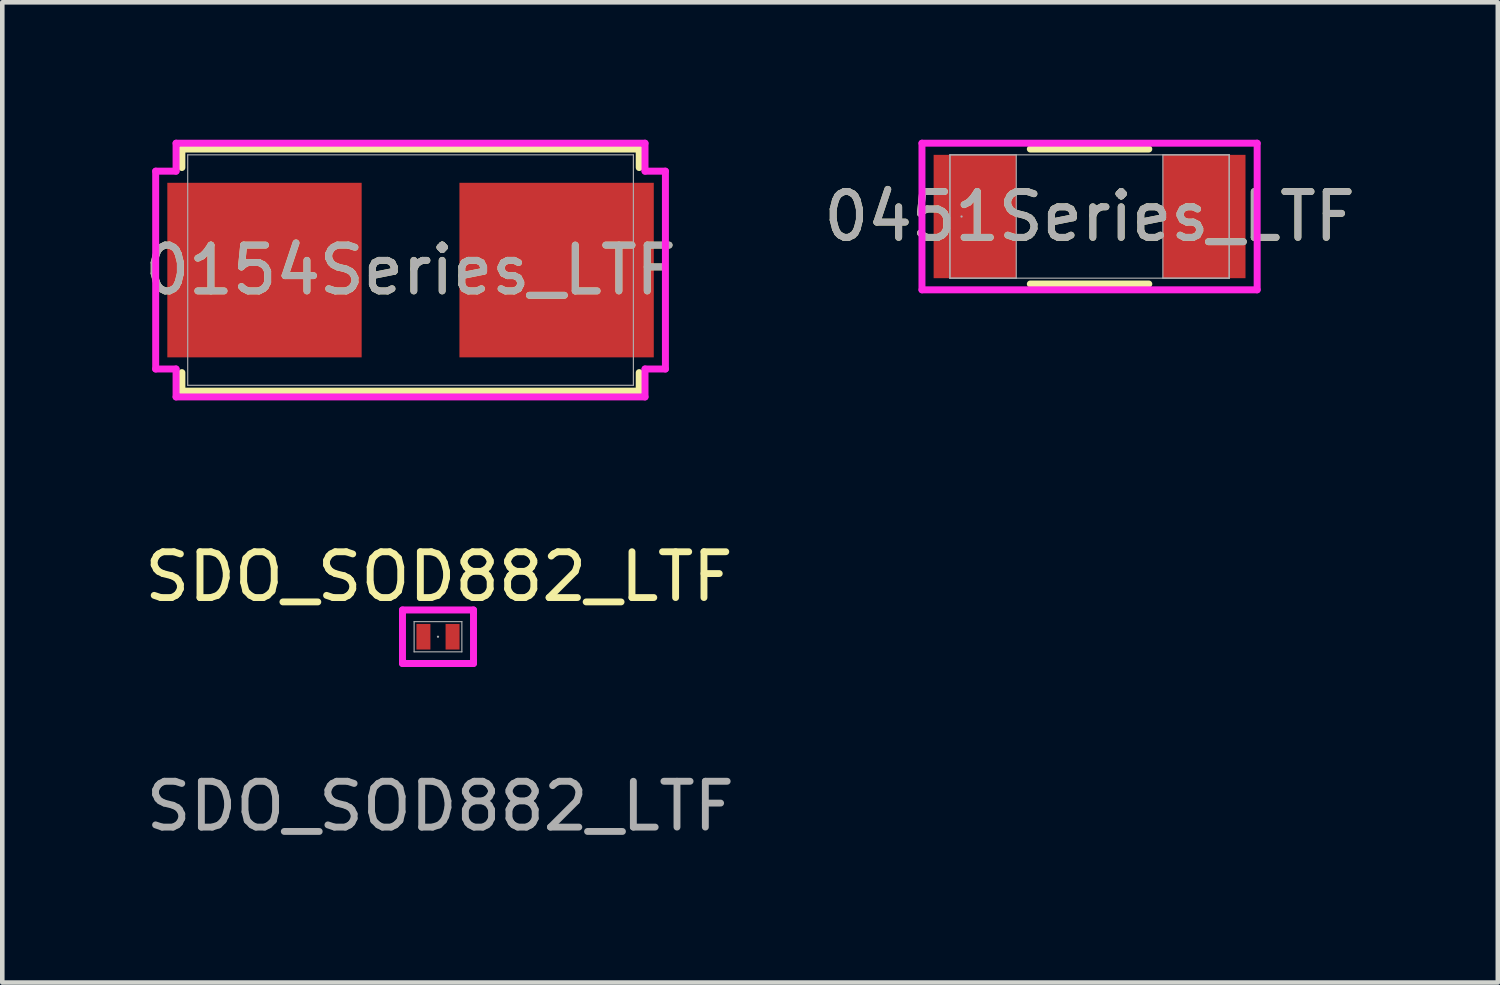
<source format=kicad_pcb>
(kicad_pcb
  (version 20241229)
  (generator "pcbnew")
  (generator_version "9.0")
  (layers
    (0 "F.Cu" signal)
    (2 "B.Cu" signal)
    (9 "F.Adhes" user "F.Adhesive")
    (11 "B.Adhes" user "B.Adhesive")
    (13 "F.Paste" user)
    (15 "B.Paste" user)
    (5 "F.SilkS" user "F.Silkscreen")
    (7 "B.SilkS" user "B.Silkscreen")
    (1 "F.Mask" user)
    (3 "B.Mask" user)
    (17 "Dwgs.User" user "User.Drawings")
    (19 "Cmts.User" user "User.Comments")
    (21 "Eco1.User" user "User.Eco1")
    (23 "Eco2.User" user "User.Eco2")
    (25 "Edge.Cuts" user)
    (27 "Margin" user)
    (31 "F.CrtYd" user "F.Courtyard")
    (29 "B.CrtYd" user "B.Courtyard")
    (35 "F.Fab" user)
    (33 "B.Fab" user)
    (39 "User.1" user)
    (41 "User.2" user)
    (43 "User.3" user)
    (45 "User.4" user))
  (footprint "0154Series_LTF"
    (layer "F.Cu")
    (at 5.911 2.845)
    (property "Reference" "0154Series_LTF" (at 0 0 0) (unlocked yes) (layer "F.SilkS") (effects (font (size 1 1) (thickness 0.15))))
    (attr smd)
    (fp_line (start -4.991 -2.642) (end -4.991 -2.238) (stroke (width 0.152) (type solid)) (layer "F.SilkS"))
    (fp_line (start -4.991 2.238) (end -4.991 2.642) (stroke (width 0.152) (type solid)) (layer "F.SilkS"))
    (fp_line (start -4.991 2.642) (end 4.991 2.642) (stroke (width 0.152) (type solid)) (layer "F.SilkS"))
    (fp_line (start 4.991 -2.642) (end -4.991 -2.642) (stroke (width 0.152) (type solid)) (layer "F.SilkS"))
    (fp_line (start 4.991 -2.238) (end 4.991 -2.642) (stroke (width 0.152) (type solid)) (layer "F.SilkS"))
    (fp_line (start 4.991 2.642) (end 4.991 2.238) (stroke (width 0.152) (type solid)) (layer "F.SilkS"))
    (fp_line (start -5.563 -2.159) (end -5.118 -2.159) (stroke (width 0.152) (type solid)) (layer "F.CrtYd"))
    (fp_line (start -5.563 2.159) (end -5.563 -2.159) (stroke (width 0.152) (type solid)) (layer "F.CrtYd"))
    (fp_line (start -5.118 -2.769) (end 5.118 -2.769) (stroke (width 0.152) (type solid)) (layer "F.CrtYd"))
    (fp_line (start -5.118 -2.159) (end -5.118 -2.769) (stroke (width 0.152) (type solid)) (layer "F.CrtYd"))
    (fp_line (start -5.118 2.159) (end -5.563 2.159) (stroke (width 0.152) (type solid)) (layer "F.CrtYd"))
    (fp_line (start -5.118 2.769) (end -5.118 2.159) (stroke (width 0.152) (type solid)) (layer "F.CrtYd"))
    (fp_line (start 5.118 -2.769) (end 5.118 -2.159) (stroke (width 0.152) (type solid)) (layer "F.CrtYd"))
    (fp_line (start 5.118 -2.159) (end 5.563 -2.159) (stroke (width 0.152) (type solid)) (layer "F.CrtYd"))
    (fp_line (start 5.118 2.159) (end 5.118 2.769) (stroke (width 0.152) (type solid)) (layer "F.CrtYd"))
    (fp_line (start 5.118 2.769) (end -5.118 2.769) (stroke (width 0.152) (type solid)) (layer "F.CrtYd"))
    (fp_line (start 5.563 -2.159) (end 5.563 2.159) (stroke (width 0.152) (type solid)) (layer "F.CrtYd"))
    (fp_line (start 5.563 2.159) (end 5.118 2.159) (stroke (width 0.152) (type solid)) (layer "F.CrtYd"))
    (fp_line (start -4.864 -2.515) (end -4.864 2.515) (stroke (width 0.025) (type solid)) (layer "F.Fab"))
    (fp_line (start -4.864 2.515) (end 4.864 2.515) (stroke (width 0.025) (type solid)) (layer "F.Fab"))
    (fp_line (start 4.864 -2.515) (end -4.864 -2.515) (stroke (width 0.025) (type solid)) (layer "F.Fab"))
    (fp_line (start 4.864 2.515) (end 4.864 -2.515) (stroke (width 0.025) (type solid)) (layer "F.Fab"))
    (fp_text user "${REFERENCE}" (at 0 0 0) (unlocked yes) (layer "F.Fab") (effects (font (size 1 1) (thickness 0.15))))
    (pad "1" smd rect (at -3.188 0) (size 4.242 3.81) (layers "F.Cu" "F.Mask" "F.Paste"))
    (pad "2" smd rect (at 3.188 0) (size 4.242 3.81) (layers "F.Cu" "F.Mask" "F.Paste"))
    (zone (net_name "") (layer "F.Cu") (hatch full 0.508) (connect_pads) (min_thickness 0.254) (filled_areas_thickness no) (keepout (tracks not_allowed) (vias not_allowed) (pads allowed) (copperpour not_allowed) (footprints allowed)) (placement (enabled no)) (fill) (polygon (pts (xy 1.097 0.381) (xy 10.724 0.381) (xy 10.724 0.889) (xy 1.097 0.889))))
    (zone (net_name "") (layer "F.Cu") (hatch full 0.508) (connect_pads) (min_thickness 0.254) (filled_areas_thickness no) (keepout (tracks not_allowed) (vias not_allowed) (pads allowed) (copperpour not_allowed) (footprints allowed)) (placement (enabled no)) (fill) (polygon (pts (xy 1.097 4.801) (xy 10.724 4.801) (xy 10.724 5.309) (xy 1.097 5.309))))
    (zone (net_name "") (layer "F.Cu") (hatch full 0.508) (connect_pads) (min_thickness 0.254) (filled_areas_thickness no) (keepout (tracks not_allowed) (vias not_allowed) (pads allowed) (copperpour not_allowed) (footprints allowed)) (placement (enabled no)) (fill) (polygon (pts (xy 4.641 0.889) (xy 7.181 0.889) (xy 7.181 4.801) (xy 4.641 4.801)))))
  (footprint "SDO_SOD882_LTF"
    (layer "F.Cu")
    (at 6.51 10.848)
    (property "Reference" "SDO_SOD882_LTF" (at 0.02 -1.31 0) (unlocked yes) (layer "F.SilkS") (effects (font (size 1 1) (thickness 0.15))))
    (attr smd)
    (fp_line (start -0.775 -0.584) (end 0.775 -0.584) (stroke (width 0.152) (type solid)) (layer "F.CrtYd"))
    (fp_line (start -0.775 -0.533) (end -0.775 -0.584) (stroke (width 0.152) (type solid)) (layer "F.CrtYd"))
    (fp_line (start -0.775 -0.533) (end -0.775 -0.533) (stroke (width 0.152) (type solid)) (layer "F.CrtYd"))
    (fp_line (start -0.775 0.533) (end -0.775 -0.533) (stroke (width 0.152) (type solid)) (layer "F.CrtYd"))
    (fp_line (start -0.775 0.533) (end -0.775 0.533) (stroke (width 0.152) (type solid)) (layer "F.CrtYd"))
    (fp_line (start -0.775 0.584) (end -0.775 0.533) (stroke (width 0.152) (type solid)) (layer "F.CrtYd"))
    (fp_line (start 0.775 -0.584) (end 0.775 -0.533) (stroke (width 0.152) (type solid)) (layer "F.CrtYd"))
    (fp_line (start 0.775 -0.533) (end 0.775 -0.533) (stroke (width 0.152) (type solid)) (layer "F.CrtYd"))
    (fp_line (start 0.775 -0.533) (end 0.775 0.533) (stroke (width 0.152) (type solid)) (layer "F.CrtYd"))
    (fp_line (start 0.775 0.533) (end 0.775 0.533) (stroke (width 0.152) (type solid)) (layer "F.CrtYd"))
    (fp_line (start 0.775 0.533) (end 0.775 0.584) (stroke (width 0.152) (type solid)) (layer "F.CrtYd"))
    (fp_line (start 0.775 0.584) (end -0.775 0.584) (stroke (width 0.152) (type solid)) (layer "F.CrtYd"))
    (fp_line (start -0.521 -0.33) (end -0.521 0.33) (stroke (width 0.025) (type solid)) (layer "F.Fab"))
    (fp_line (start -0.521 0.33) (end 0.521 0.33) (stroke (width 0.025) (type solid)) (layer "F.Fab"))
    (fp_line (start 0.521 -0.33) (end -0.521 -0.33) (stroke (width 0.025) (type solid)) (layer "F.Fab"))
    (fp_line (start 0.521 0.33) (end 0.521 -0.33) (stroke (width 0.025) (type solid)) (layer "F.Fab"))
    (fp_circle (center 0 0) (end 0 0) (stroke (width 0.025) (type solid)) (fill no) (layer "F.Fab"))
    (fp_text user "${REFERENCE}" (at 0.05 3.7 0) (unlocked yes) (layer "F.Fab") (effects (font (size 1 1) (thickness 0.15))))
    (pad "1" smd rect (at -0.318 0) (size 0.305 0.559) (layers "F.Cu" "F.Mask" "F.Paste"))
    (pad "2" smd rect (at 0.318 0) (size 0.305 0.559) (layers "F.Cu" "F.Mask" "F.Paste")))
  (footprint "0451Series_LTF"
    (layer "F.Cu")
    (at 20.732 1.676)
    (property "Reference" "0451Series_LTF" (at 0 0 0) (unlocked yes) (layer "F.SilkS") (effects (font (size 1 1) (thickness 0.15))))
    (attr smd)
    (fp_line (start -1.293 1.473) (end 1.293 1.473) (stroke (width 0.152) (type solid)) (layer "F.SilkS"))
    (fp_line (start 1.293 -1.473) (end -1.293 -1.473) (stroke (width 0.152) (type solid)) (layer "F.SilkS"))
    (fp_line (start -3.658 -1.6) (end 3.658 -1.6) (stroke (width 0.152) (type solid)) (layer "F.CrtYd"))
    (fp_line (start -3.658 1.6) (end -3.658 -1.6) (stroke (width 0.152) (type solid)) (layer "F.CrtYd"))
    (fp_line (start 3.658 -1.6) (end 3.658 1.6) (stroke (width 0.152) (type solid)) (layer "F.CrtYd"))
    (fp_line (start 3.658 1.6) (end -3.658 1.6) (stroke (width 0.152) (type solid)) (layer "F.CrtYd"))
    (fp_line (start -3.048 -1.346) (end -3.048 1.346) (stroke (width 0.025) (type solid)) (layer "F.Fab"))
    (fp_line (start -3.048 -1.346) (end -3.048 1.346) (stroke (width 0.025) (type solid)) (layer "F.Fab"))
    (fp_line (start -3.048 1.346) (end -1.6 1.346) (stroke (width 0.025) (type solid)) (layer "F.Fab"))
    (fp_line (start -3.048 1.346) (end 3.048 1.346) (stroke (width 0.025) (type solid)) (layer "F.Fab"))
    (fp_line (start -1.6 -1.346) (end -3.048 -1.346) (stroke (width 0.025) (type solid)) (layer "F.Fab"))
    (fp_line (start -1.6 1.346) (end -1.6 -1.346) (stroke (width 0.025) (type solid)) (layer "F.Fab"))
    (fp_line (start 1.6 -1.346) (end 1.6 1.346) (stroke (width 0.025) (type solid)) (layer "F.Fab"))
    (fp_line (start 1.6 1.346) (end 3.048 1.346) (stroke (width 0.025) (type solid)) (layer "F.Fab"))
    (fp_line (start 3.048 -1.346) (end -3.048 -1.346) (stroke (width 0.025) (type solid)) (layer "F.Fab"))
    (fp_line (start 3.048 -1.346) (end 1.6 -1.346) (stroke (width 0.025) (type solid)) (layer "F.Fab"))
    (fp_line (start 3.048 1.346) (end 3.048 -1.346) (stroke (width 0.025) (type solid)) (layer "F.Fab"))
    (fp_line (start 3.048 1.346) (end 3.048 -1.346) (stroke (width 0.025) (type solid)) (layer "F.Fab"))
    (fp_circle (center -2.794 0) (end -2.794 0) (stroke (width 0.025) (type solid)) (fill no) (layer "F.Fab"))
    (fp_text user "${REFERENCE}" (at 0 0 0) (unlocked yes) (layer "F.Fab") (effects (font (size 1 1) (thickness 0.15))))
    (pad "1" smd rect (at -2.502 0) (size 1.803 2.692) (layers "F.Cu" "F.Mask" "F.Paste"))
    (pad "2" smd rect (at 2.502 0) (size 1.803 2.692) (layers "F.Cu" "F.Mask" "F.Paste"))
    (zone (net_name "") (layer "F.Cu") (hatch full 0.508) (connect_pads) (min_thickness 0.254) (filled_areas_thickness no) (keepout (tracks not_allowed) (vias not_allowed) (pads allowed) (copperpour not_allowed) (footprints allowed)) (placement (enabled no)) (fill) (polygon (pts (xy 19.183 0.381) (xy 22.282 0.381) (xy 22.282 2.972) (xy 19.183 2.972)))))
  (gr_rect
    (start -3 -3)
    (end 29.643 18.396)
    (stroke (width 0.1) (type default))
    (fill no)
    (layer "Edge.Cuts")))
</source>
